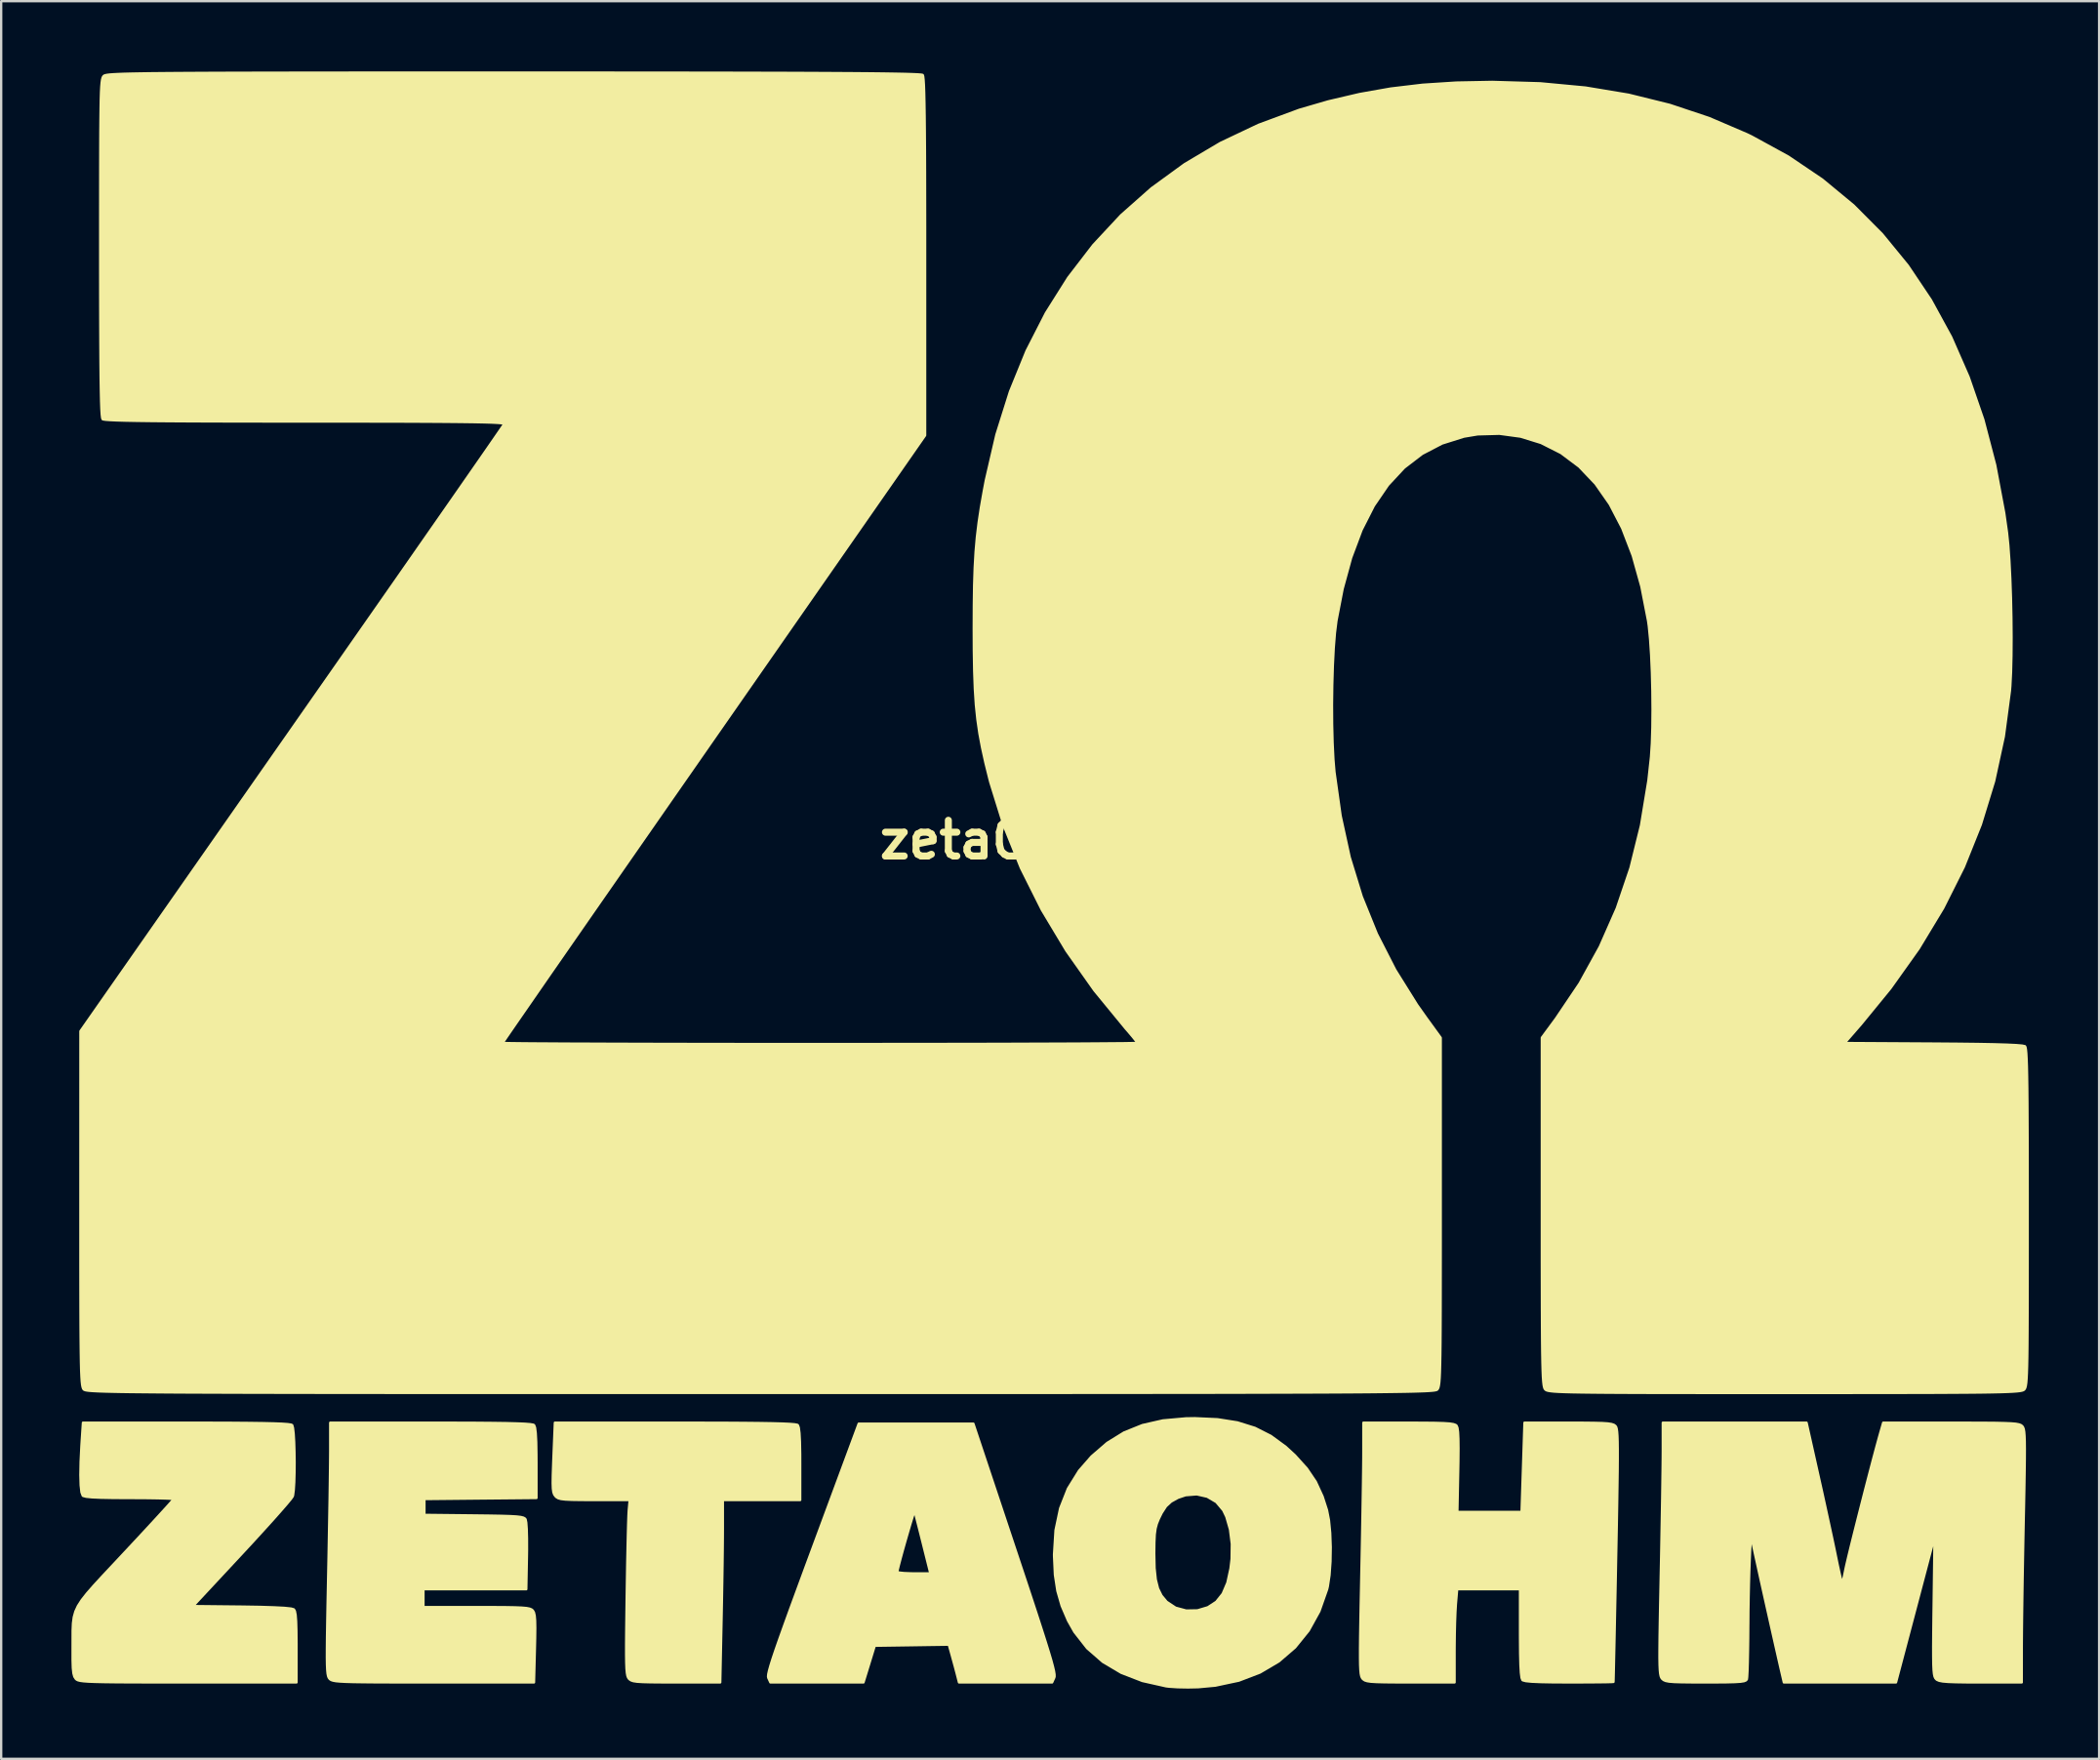
<source format=kicad_pcb>
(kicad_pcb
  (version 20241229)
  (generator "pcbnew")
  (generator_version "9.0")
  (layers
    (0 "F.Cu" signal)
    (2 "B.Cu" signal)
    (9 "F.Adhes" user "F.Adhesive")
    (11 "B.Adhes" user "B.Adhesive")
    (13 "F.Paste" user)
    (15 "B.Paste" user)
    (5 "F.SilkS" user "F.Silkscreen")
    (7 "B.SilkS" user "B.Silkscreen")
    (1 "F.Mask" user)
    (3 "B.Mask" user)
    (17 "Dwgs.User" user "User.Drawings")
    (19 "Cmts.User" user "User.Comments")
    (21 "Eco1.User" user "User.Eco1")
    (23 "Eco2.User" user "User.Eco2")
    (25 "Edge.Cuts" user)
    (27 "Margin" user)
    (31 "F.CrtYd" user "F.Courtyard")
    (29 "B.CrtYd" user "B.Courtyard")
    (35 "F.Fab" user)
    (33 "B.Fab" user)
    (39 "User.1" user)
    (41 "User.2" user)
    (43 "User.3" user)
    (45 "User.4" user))
  (footprint "zetaOhmLogo"
    (layer "F.Cu")
    (at 42.122 32.816)
    (property "Reference" "zetaOhmLogo" (at 0 0 0) (layer "F.SilkS") (effects (font (size 1.524 1.524) (thickness 0.3))))
    (attr through_hole)
    (fp_poly (pts (xy -0.146 35.73) (xy -0.158 35.78) (xy -0.25 35.983) (xy -2.239 35.983) (xy -4.227 35.983) (xy -4.319 35.623) (xy -4.399 35.32) (xy -4.496 34.967) (xy -4.537 34.817) (xy -4.662 34.371) (xy -5.45 34.382) (xy -5.45 31.327) (xy -5.773 30.035) (xy -5.885 29.589) (xy -5.984 29.2) (xy -6.061 28.899) (xy -6.108 28.715) (xy -6.12 28.674) (xy -6.147 28.73) (xy -6.209 28.917) (xy -6.297 29.203) (xy -6.401 29.556) (xy -6.513 29.943) (xy -6.623 30.333) (xy -6.721 30.692) (xy -6.799 30.99) (xy -6.848 31.192) (xy -6.86 31.263) (xy -6.781 31.292) (xy -6.572 31.314) (xy -6.273 31.326) (xy -6.154 31.327) (xy -5.45 31.327) (xy -5.45 34.382) (xy -6.243 34.394) (xy -7.823 34.417) (xy -8.063 35.2) (xy -8.304 35.983) (xy -10.292 35.983) (xy -12.28 35.983) (xy -12.369 35.789) (xy -12.379 35.73) (xy -12.37 35.63) (xy -12.336 35.477) (xy -12.276 35.261) (xy -12.185 34.97) (xy -12.059 34.595) (xy -11.894 34.123) (xy -11.687 33.545) (xy -11.435 32.849) (xy -11.132 32.024) (xy -10.777 31.059) (xy -10.483 30.265) (xy -8.509 24.934) (xy -6.061 24.934) (xy -3.612 24.934) (xy -1.839 30.255) (xy -1.481 31.329) (xy -1.175 32.253) (xy -0.916 33.04) (xy -0.702 33.7) (xy -0.528 34.245) (xy -0.391 34.687) (xy -0.288 35.035) (xy -0.216 35.303) (xy -0.17 35.5) (xy -0.148 35.639) (xy -0.146 35.73)) (stroke (width 0.1) (type solid)) (fill yes) (layer "F.SilkS"))
    (fp_poly (pts (xy -11.007 28.194) (xy -12.658 28.194) (xy -14.309 28.194) (xy -14.309 29.408) (xy -14.311 29.81) (xy -14.316 30.347) (xy -14.324 30.984) (xy -14.335 31.688) (xy -14.348 32.424) (xy -14.362 33.158) (xy -14.365 33.303) (xy -14.421 35.983) (xy -16.299 35.983) (xy -16.914 35.982) (xy -17.382 35.978) (xy -17.725 35.969) (xy -17.966 35.954) (xy -18.127 35.93) (xy -18.229 35.895) (xy -18.296 35.85) (xy -18.32 35.826) (xy -18.356 35.774) (xy -18.385 35.697) (xy -18.407 35.577) (xy -18.423 35.399) (xy -18.433 35.145) (xy -18.438 34.801) (xy -18.438 34.349) (xy -18.433 33.774) (xy -18.424 33.058) (xy -18.415 32.376) (xy -18.403 31.626) (xy -18.391 30.912) (xy -18.377 30.258) (xy -18.364 29.683) (xy -18.351 29.209) (xy -18.339 28.859) (xy -18.328 28.654) (xy -18.327 28.639) (xy -18.287 28.194) (xy -19.798 28.194) (xy -20.343 28.193) (xy -20.744 28.187) (xy -21.027 28.174) (xy -21.217 28.152) (xy -21.338 28.118) (xy -21.417 28.07) (xy -21.456 28.032) (xy -21.509 27.959) (xy -21.545 27.859) (xy -21.566 27.705) (xy -21.574 27.472) (xy -21.569 27.134) (xy -21.553 26.665) (xy -21.542 26.381) (xy -21.481 24.892) (xy -16.346 24.892) (xy -15.216 24.893) (xy -14.246 24.895) (xy -13.427 24.9) (xy -12.749 24.907) (xy -12.202 24.916) (xy -11.776 24.928) (xy -11.464 24.942) (xy -11.254 24.959) (xy -11.137 24.98) (xy -11.108 24.994) (xy -11.068 25.1) (xy -11.038 25.334) (xy -11.018 25.707) (xy -11.008 26.23) (xy -11.007 26.645) (xy -11.007 28.194)) (stroke (width 0.1) (type solid)) (fill yes) (layer "F.SilkS"))
    (fp_poly (pts (xy 11.644 30.208) (xy 11.634 30.825) (xy 11.593 31.4) (xy 11.521 31.88) (xy 11.492 32.004) (xy 11.161 32.943) (xy 10.703 33.772) (xy 10.124 34.488) (xy 9.43 35.086) (xy 8.627 35.56) (xy 7.722 35.907) (xy 7.423 35.97) (xy 7.423 30.071) (xy 7.345 29.453) (xy 7.188 28.908) (xy 7.055 28.631) (xy 6.761 28.282) (xy 6.372 28.052) (xy 5.923 27.951) (xy 5.447 27.989) (xy 5.122 28.099) (xy 4.83 28.261) (xy 4.612 28.462) (xy 4.426 28.749) (xy 4.303 29.001) (xy 4.22 29.206) (xy 4.165 29.413) (xy 4.131 29.665) (xy 4.115 30.003) (xy 4.109 30.468) (xy 4.109 30.48) (xy 4.123 31.105) (xy 4.175 31.593) (xy 4.271 31.973) (xy 4.419 32.274) (xy 4.628 32.526) (xy 4.646 32.544) (xy 5.021 32.793) (xy 5.473 32.915) (xy 5.957 32.906) (xy 6.401 32.774) (xy 6.757 32.541) (xy 7.032 32.197) (xy 7.233 31.727) (xy 7.366 31.118) (xy 7.414 30.71) (xy 7.423 30.071) (xy 7.423 35.97) (xy 6.721 36.12) (xy 5.986 36.188) (xy 5.551 36.197) (xy 5.114 36.189) (xy 4.744 36.165) (xy 4.614 36.149) (xy 3.603 35.922) (xy 2.701 35.573) (xy 1.914 35.106) (xy 1.246 34.523) (xy 0.701 33.827) (xy 0.431 33.349) (xy 0.158 32.713) (xy -0.025 32.077) (xy -0.13 31.39) (xy -0.167 30.599) (xy -0.168 30.515) (xy -0.104 29.482) (xy 0.093 28.548) (xy 0.426 27.704) (xy 0.9 26.941) (xy 1.432 26.332) (xy 2.1 25.755) (xy 2.818 25.311) (xy 3.605 24.994) (xy 4.48 24.795) (xy 5.465 24.707) (xy 5.842 24.701) (xy 6.812 24.745) (xy 7.659 24.879) (xy 8.409 25.113) (xy 9.088 25.457) (xy 9.722 25.921) (xy 10.12 26.288) (xy 10.626 26.849) (xy 11.007 27.414) (xy 11.297 28.042) (xy 11.485 28.625) (xy 11.569 29.056) (xy 11.622 29.601) (xy 11.644 30.208)) (stroke (width 0.1) (type solid)) (fill yes) (layer "F.SilkS"))
    (fp_poly (pts (xy -22.267 28.107) (xy -24.659 28.129) (xy -27.051 28.152) (xy -27.051 28.49) (xy -27.051 28.829) (xy -24.933 28.852) (xy -24.274 28.86) (xy -23.765 28.869) (xy -23.385 28.881) (xy -23.114 28.897) (xy -22.933 28.919) (xy -22.821 28.948) (xy -22.758 28.986) (xy -22.731 29.021) (xy -22.703 29.158) (xy -22.683 29.438) (xy -22.672 29.834) (xy -22.671 30.319) (xy -22.675 30.586) (xy -22.702 32.004) (xy -24.898 32.004) (xy -27.093 32.004) (xy -27.093 32.385) (xy -27.093 32.766) (xy -24.82 32.766) (xy -24.136 32.767) (xy -23.6 32.77) (xy -23.195 32.777) (xy -22.899 32.789) (xy -22.694 32.807) (xy -22.56 32.833) (xy -22.477 32.867) (xy -22.424 32.911) (xy -22.422 32.914) (xy -22.375 32.996) (xy -22.343 33.131) (xy -22.325 33.342) (xy -22.319 33.655) (xy -22.324 34.093) (xy -22.334 34.523) (xy -22.372 35.983) (xy -26.667 35.983) (xy -27.631 35.983) (xy -28.44 35.982) (xy -29.109 35.98) (xy -29.65 35.975) (xy -30.079 35.969) (xy -30.409 35.959) (xy -30.655 35.946) (xy -30.831 35.93) (xy -30.95 35.908) (xy -31.028 35.882) (xy -31.078 35.851) (xy -31.105 35.825) (xy -31.138 35.779) (xy -31.164 35.712) (xy -31.185 35.608) (xy -31.2 35.454) (xy -31.21 35.234) (xy -31.215 34.935) (xy -31.214 34.542) (xy -31.209 34.04) (xy -31.199 33.417) (xy -31.185 32.656) (xy -31.166 31.744) (xy -31.161 31.486) (xy -31.143 30.61) (xy -31.127 29.746) (xy -31.112 28.915) (xy -31.098 28.142) (xy -31.088 27.448) (xy -31.08 26.856) (xy -31.075 26.391) (xy -31.073 26.099) (xy -31.073 24.892) (xy -26.772 24.892) (xy -25.741 24.893) (xy -24.869 24.896) (xy -24.146 24.902) (xy -23.562 24.91) (xy -23.106 24.922) (xy -22.769 24.936) (xy -22.539 24.954) (xy -22.408 24.976) (xy -22.369 24.994) (xy -22.328 25.102) (xy -22.298 25.34) (xy -22.278 25.718) (xy -22.269 26.248) (xy -22.267 26.601) (xy -22.267 28.107)) (stroke (width 0.1) (type solid)) (fill yes) (layer "F.SilkS"))
    (fp_poly (pts (xy -32.512 35.983) (xy -37.156 35.983) (xy -38.162 35.983) (xy -39.013 35.982) (xy -39.721 35.98) (xy -40.301 35.976) (xy -40.766 35.97) (xy -41.129 35.961) (xy -41.404 35.95) (xy -41.605 35.935) (xy -41.745 35.916) (xy -41.838 35.893) (xy -41.897 35.865) (xy -41.936 35.832) (xy -41.939 35.828) (xy -41.999 35.735) (xy -42.038 35.591) (xy -42.062 35.366) (xy -42.072 35.031) (xy -42.072 34.58) (xy -42.071 34.132) (xy -42.07 33.766) (xy -42.057 33.461) (xy -42.022 33.197) (xy -41.955 32.957) (xy -41.846 32.72) (xy -41.684 32.468) (xy -41.459 32.181) (xy -41.161 31.84) (xy -40.78 31.426) (xy -40.304 30.919) (xy -39.857 30.441) (xy -39.377 29.927) (xy -38.936 29.452) (xy -38.546 29.029) (xy -38.221 28.674) (xy -37.973 28.401) (xy -37.816 28.223) (xy -37.761 28.155) (xy -37.842 28.141) (xy -38.068 28.13) (xy -38.415 28.12) (xy -38.86 28.113) (xy -39.378 28.11) (xy -39.649 28.109) (xy -40.333 28.106) (xy -40.86 28.096) (xy -41.242 28.079) (xy -41.492 28.054) (xy -41.621 28.02) (xy -41.639 28.008) (xy -41.694 27.861) (xy -41.727 27.561) (xy -41.739 27.123) (xy -41.729 26.562) (xy -41.696 25.892) (xy -41.685 25.718) (xy -41.63 24.892) (xy -37.215 24.892) (xy -36.17 24.893) (xy -35.284 24.896) (xy -34.548 24.902) (xy -33.95 24.91) (xy -33.482 24.921) (xy -33.132 24.935) (xy -32.891 24.952) (xy -32.749 24.973) (xy -32.698 24.994) (xy -32.663 25.112) (xy -32.634 25.364) (xy -32.613 25.717) (xy -32.6 26.134) (xy -32.594 26.583) (xy -32.598 27.027) (xy -32.609 27.432) (xy -32.63 27.764) (xy -32.659 27.988) (xy -32.674 28.04) (xy -32.748 28.146) (xy -32.925 28.36) (xy -33.191 28.666) (xy -33.531 29.05) (xy -33.934 29.495) (xy -34.384 29.988) (xy -34.84 30.48) (xy -36.929 32.724) (xy -34.833 32.746) (xy -34.075 32.758) (xy -33.471 32.777) (xy -33.025 32.8) (xy -32.741 32.83) (xy -32.625 32.863) (xy -32.582 32.94) (xy -32.55 33.104) (xy -32.529 33.374) (xy -32.517 33.769) (xy -32.512 34.309) (xy -32.512 34.47) (xy -32.512 35.983)) (stroke (width 0.1) (type solid)) (fill yes) (layer "F.SilkS"))
    (fp_poly (pts (xy 23.898 26.027) (xy 23.898 26.446) (xy 23.894 26.971) (xy 23.885 27.613) (xy 23.873 28.386) (xy 23.857 29.302) (xy 23.836 30.372) (xy 23.832 30.565) (xy 23.814 31.502) (xy 23.796 32.389) (xy 23.779 33.209) (xy 23.764 33.95) (xy 23.75 34.597) (xy 23.738 35.135) (xy 23.729 35.55) (xy 23.722 35.829) (xy 23.718 35.956) (xy 23.717 35.962) (xy 23.633 35.968) (xy 23.404 35.974) (xy 23.054 35.978) (xy 22.608 35.981) (xy 22.089 35.983) (xy 21.819 35.983) (xy 21.135 35.98) (xy 20.608 35.97) (xy 20.226 35.953) (xy 19.976 35.928) (xy 19.847 35.894) (xy 19.829 35.882) (xy 19.792 35.786) (xy 19.765 35.575) (xy 19.745 35.235) (xy 19.733 34.754) (xy 19.728 34.12) (xy 19.727 33.892) (xy 19.727 32.004) (xy 18.385 32.004) (xy 17.043 32.004) (xy 16.988 32.652) (xy 16.969 32.973) (xy 16.952 33.413) (xy 16.94 33.922) (xy 16.934 34.451) (xy 16.933 34.641) (xy 16.933 35.983) (xy 15.041 35.983) (xy 14.424 35.982) (xy 13.954 35.978) (xy 13.608 35.969) (xy 13.366 35.954) (xy 13.204 35.93) (xy 13.1 35.897) (xy 13.032 35.851) (xy 13.006 35.825) (xy 12.974 35.779) (xy 12.947 35.712) (xy 12.926 35.608) (xy 12.911 35.454) (xy 12.901 35.234) (xy 12.897 34.935) (xy 12.897 34.542) (xy 12.902 34.04) (xy 12.912 33.417) (xy 12.926 32.656) (xy 12.945 31.744) (xy 12.95 31.486) (xy 12.968 30.61) (xy 12.985 29.746) (xy 13 28.915) (xy 13.013 28.142) (xy 13.024 27.448) (xy 13.032 26.856) (xy 13.037 26.391) (xy 13.038 26.099) (xy 13.039 24.892) (xy 14.976 24.892) (xy 15.614 24.894) (xy 16.104 24.899) (xy 16.465 24.91) (xy 16.718 24.927) (xy 16.882 24.953) (xy 16.978 24.987) (xy 17.018 25.019) (xy 17.055 25.11) (xy 17.081 25.291) (xy 17.095 25.58) (xy 17.1 25.993) (xy 17.095 26.548) (xy 17.088 26.924) (xy 17.052 28.702) (xy 18.423 28.702) (xy 19.793 28.702) (xy 19.855 26.797) (xy 19.917 24.892) (xy 21.799 24.892) (xy 22.417 24.893) (xy 22.888 24.898) (xy 23.233 24.907) (xy 23.474 24.923) (xy 23.634 24.948) (xy 23.735 24.982) (xy 23.797 25.027) (xy 23.809 25.04) (xy 23.835 25.084) (xy 23.856 25.16) (xy 23.873 25.28) (xy 23.886 25.456) (xy 23.894 25.701) (xy 23.898 26.027)) (stroke (width 0.1) (type solid)) (fill yes) (layer "F.SilkS"))
    (fp_poly (pts (xy 41.28 26.026) (xy 41.278 26.456) (xy 41.271 27.002) (xy 41.26 27.679) (xy 41.244 28.502) (xy 41.232 29.045) (xy 41.215 29.906) (xy 41.199 30.774) (xy 41.184 31.621) (xy 41.172 32.419) (xy 41.162 33.143) (xy 41.155 33.765) (xy 41.151 34.257) (xy 41.15 34.438) (xy 41.148 35.983) (xy 39.398 35.983) (xy 38.795 35.982) (xy 38.339 35.975) (xy 38.008 35.963) (xy 37.777 35.943) (xy 37.627 35.914) (xy 37.532 35.874) (xy 37.497 35.847) (xy 37.458 35.802) (xy 37.426 35.733) (xy 37.402 35.624) (xy 37.385 35.458) (xy 37.374 35.218) (xy 37.369 34.885) (xy 37.368 34.444) (xy 37.373 33.877) (xy 37.381 33.167) (xy 37.387 32.736) (xy 37.426 29.76) (xy 36.603 32.872) (xy 35.78 35.983) (xy 33.386 35.983) (xy 30.991 35.983) (xy 30.947 35.793) (xy 30.856 35.402) (xy 30.746 34.919) (xy 30.62 34.363) (xy 30.484 33.76) (xy 30.343 33.13) (xy 30.201 32.496) (xy 30.064 31.881) (xy 29.937 31.307) (xy 29.825 30.796) (xy 29.732 30.371) (xy 29.664 30.055) (xy 29.626 29.869) (xy 29.62 29.831) (xy 29.605 29.757) (xy 29.588 29.833) (xy 29.57 30.038) (xy 29.551 30.355) (xy 29.533 30.763) (xy 29.515 31.242) (xy 29.5 31.773) (xy 29.488 32.337) (xy 29.478 32.914) (xy 29.474 33.484) (xy 29.473 33.5) (xy 29.469 34.101) (xy 29.461 34.651) (xy 29.451 35.125) (xy 29.439 35.499) (xy 29.425 35.749) (xy 29.413 35.849) (xy 29.376 35.895) (xy 29.292 35.93) (xy 29.139 35.954) (xy 28.895 35.97) (xy 28.539 35.979) (xy 28.049 35.983) (xy 27.648 35.983) (xy 27.063 35.982) (xy 26.624 35.977) (xy 26.307 35.967) (xy 26.09 35.949) (xy 25.947 35.921) (xy 25.857 35.882) (xy 25.794 35.829) (xy 25.791 35.825) (xy 25.758 35.779) (xy 25.732 35.712) (xy 25.711 35.608) (xy 25.696 35.454) (xy 25.686 35.234) (xy 25.681 34.935) (xy 25.682 34.542) (xy 25.687 34.04) (xy 25.697 33.417) (xy 25.711 32.656) (xy 25.73 31.744) (xy 25.735 31.486) (xy 25.753 30.61) (xy 25.769 29.746) (xy 25.784 28.915) (xy 25.798 28.142) (xy 25.808 27.448) (xy 25.816 26.856) (xy 25.821 26.391) (xy 25.823 26.099) (xy 25.823 24.892) (xy 28.892 24.892) (xy 31.962 24.892) (xy 32.46 27.115) (xy 32.61 27.784) (xy 32.761 28.472) (xy 32.906 29.138) (xy 33.037 29.744) (xy 33.144 30.25) (xy 33.198 30.512) (xy 33.285 30.936) (xy 33.364 31.297) (xy 33.426 31.564) (xy 33.465 31.707) (xy 33.472 31.722) (xy 33.503 31.664) (xy 33.553 31.479) (xy 33.61 31.204) (xy 33.614 31.182) (xy 33.66 30.971) (xy 33.742 30.621) (xy 33.854 30.16) (xy 33.99 29.613) (xy 34.143 29.006) (xy 34.306 28.365) (xy 34.472 27.716) (xy 34.636 27.085) (xy 34.79 26.497) (xy 34.928 25.98) (xy 35.043 25.558) (xy 35.105 25.337) (xy 35.233 24.892) (xy 38.135 24.892) (xy 38.917 24.893) (xy 39.546 24.895) (xy 40.041 24.899) (xy 40.419 24.908) (xy 40.697 24.92) (xy 40.893 24.937) (xy 41.024 24.961) (xy 41.107 24.991) (xy 41.161 25.03) (xy 41.175 25.044) (xy 41.207 25.092) (xy 41.234 25.166) (xy 41.254 25.282) (xy 41.268 25.454) (xy 41.277 25.697) (xy 41.28 26.026)) (stroke (width 0.1) (type solid)) (fill yes) (layer "F.SilkS"))
    (fp_poly (pts (xy 41.402 16.126) (xy 41.402 17.399) (xy 41.401 18.514) (xy 41.4 19.481) (xy 41.398 20.311) (xy 41.395 21.014) (xy 41.391 21.602) (xy 41.385 22.086) (xy 41.377 22.475) (xy 41.367 22.781) (xy 41.355 23.015) (xy 41.341 23.187) (xy 41.323 23.309) (xy 41.303 23.39) (xy 41.28 23.442) (xy 41.254 23.476) (xy 41.247 23.482) (xy 41.214 23.503) (xy 41.158 23.522) (xy 41.07 23.539) (xy 40.942 23.554) (xy 40.763 23.567) (xy 40.526 23.578) (xy 40.22 23.588) (xy 39.838 23.596) (xy 39.371 23.603) (xy 38.808 23.608) (xy 38.141 23.612) (xy 37.362 23.616) (xy 36.461 23.618) (xy 35.429 23.62) (xy 34.257 23.621) (xy 32.936 23.622) (xy 31.457 23.622) (xy 31.016 23.622) (xy 29.497 23.622) (xy 28.138 23.622) (xy 26.931 23.621) (xy 25.866 23.62) (xy 24.934 23.618) (xy 24.126 23.615) (xy 23.433 23.611) (xy 22.846 23.606) (xy 22.355 23.6) (xy 21.952 23.593) (xy 21.628 23.584) (xy 21.374 23.574) (xy 21.18 23.562) (xy 21.037 23.547) (xy 20.937 23.531) (xy 20.87 23.513) (xy 20.828 23.492) (xy 20.801 23.469) (xy 20.799 23.467) (xy 20.774 23.43) (xy 20.753 23.368) (xy 20.734 23.271) (xy 20.718 23.128) (xy 20.704 22.929) (xy 20.693 22.664) (xy 20.684 22.322) (xy 20.676 21.892) (xy 20.67 21.364) (xy 20.666 20.727) (xy 20.663 19.971) (xy 20.661 19.085) (xy 20.659 18.059) (xy 20.659 16.882) (xy 20.659 15.881) (xy 20.659 8.449) (xy 21.261 7.632) (xy 22.271 6.133) (xy 23.136 4.565) (xy 23.86 2.922) (xy 24.445 1.197) (xy 24.894 -0.619) (xy 25.209 -2.533) (xy 25.32 -3.546) (xy 25.357 -4.119) (xy 25.379 -4.802) (xy 25.386 -5.558) (xy 25.379 -6.35) (xy 25.359 -7.14) (xy 25.326 -7.892) (xy 25.281 -8.567) (xy 25.226 -9.129) (xy 25.194 -9.356) (xy 24.909 -10.819) (xy 24.541 -12.136) (xy 24.091 -13.306) (xy 23.56 -14.33) (xy 22.948 -15.207) (xy 22.254 -15.936) (xy 21.48 -16.517) (xy 20.626 -16.949) (xy 19.753 -17.219) (xy 18.846 -17.342) (xy 17.919 -17.317) (xy 17.331 -17.219) (xy 16.4 -16.926) (xy 15.551 -16.484) (xy 14.781 -15.894) (xy 14.093 -15.155) (xy 13.486 -14.267) (xy 12.96 -13.232) (xy 12.516 -12.048) (xy 12.152 -10.717) (xy 11.889 -9.356) (xy 11.824 -8.836) (xy 11.772 -8.182) (xy 11.734 -7.431) (xy 11.71 -6.616) (xy 11.699 -5.774) (xy 11.704 -4.94) (xy 11.724 -4.149) (xy 11.759 -3.437) (xy 11.804 -2.899) (xy 12.068 -1.024) (xy 12.454 0.744) (xy 12.967 2.419) (xy 13.614 4.017) (xy 14.399 5.553) (xy 15.329 7.043) (xy 15.716 7.591) (xy 16.341 8.452) (xy 16.341 15.897) (xy 16.341 17.191) (xy 16.34 18.327) (xy 16.339 19.315) (xy 16.337 20.166) (xy 16.334 20.889) (xy 16.33 21.496) (xy 16.324 21.997) (xy 16.316 22.403) (xy 16.307 22.724) (xy 16.296 22.972) (xy 16.282 23.156) (xy 16.265 23.287) (xy 16.246 23.376) (xy 16.224 23.433) (xy 16.199 23.469) (xy 16.187 23.481) (xy 16.164 23.494) (xy 16.122 23.505) (xy 16.055 23.517) (xy 15.957 23.527) (xy 15.824 23.537) (xy 15.65 23.546) (xy 15.43 23.554) (xy 15.159 23.562) (xy 14.831 23.569) (xy 14.441 23.575) (xy 13.984 23.581) (xy 13.454 23.587) (xy 12.847 23.592) (xy 12.157 23.596) (xy 11.378 23.6) (xy 10.506 23.603) (xy 9.535 23.606) (xy 8.46 23.609) (xy 7.275 23.612) (xy 5.976 23.614) (xy 4.557 23.615) (xy 3.012 23.617) (xy 1.337 23.618) (xy -0.473 23.619) (xy -2.425 23.619) (xy -4.523 23.62) (xy -6.773 23.62) (xy -9.18 23.621) (xy -11.748 23.621) (xy -12.714 23.621) (xy -15.334 23.621) (xy -17.79 23.621) (xy -20.088 23.621) (xy -22.233 23.621) (xy -24.229 23.62) (xy -26.082 23.62) (xy -27.799 23.619) (xy -29.383 23.618) (xy -30.84 23.617) (xy -32.176 23.615) (xy -33.396 23.613) (xy -34.505 23.611) (xy -35.508 23.608) (xy -36.412 23.605) (xy -37.22 23.602) (xy -37.939 23.598) (xy -38.574 23.593) (xy -39.13 23.588) (xy -39.613 23.583) (xy -40.027 23.577) (xy -40.378 23.57) (xy -40.672 23.563) (xy -40.914 23.555) (xy -41.108 23.546) (xy -41.261 23.537) (xy -41.378 23.527) (xy -41.464 23.516) (xy -41.524 23.504) (xy -41.564 23.491) (xy -41.588 23.478) (xy -41.601 23.467) (xy -41.625 23.43) (xy -41.646 23.368) (xy -41.665 23.272) (xy -41.681 23.13) (xy -41.694 22.933) (xy -41.706 22.669) (xy -41.715 22.329) (xy -41.722 21.902) (xy -41.728 21.378) (xy -41.733 20.746) (xy -41.736 19.996) (xy -41.738 19.117) (xy -41.739 18.099) (xy -41.739 16.931) (xy -41.739 15.741) (xy -41.738 8.17) (xy -32.712 -4.741) (xy -31.783 -6.071) (xy -30.88 -7.363) (xy -30.008 -8.612) (xy -29.171 -9.811) (xy -28.374 -10.952) (xy -27.623 -12.03) (xy -26.922 -13.036) (xy -26.275 -13.964) (xy -25.688 -14.807) (xy -25.165 -15.559) (xy -24.711 -16.212) (xy -24.331 -16.76) (xy -24.03 -17.196) (xy -23.812 -17.512) (xy -23.682 -17.702) (xy -23.645 -17.759) (xy -23.669 -17.777) (xy -23.76 -17.793) (xy -23.926 -17.806) (xy -24.176 -17.819) (xy -24.518 -17.829) (xy -24.961 -17.838) (xy -25.512 -17.845) (xy -26.179 -17.851) (xy -26.972 -17.856) (xy -27.897 -17.86) (xy -28.964 -17.862) (xy -30.181 -17.864) (xy -31.556 -17.865) (xy -32.147 -17.865) (xy -33.616 -17.865) (xy -34.924 -17.867) (xy -36.077 -17.869) (xy -37.083 -17.873) (xy -37.951 -17.878) (xy -38.687 -17.884) (xy -39.299 -17.892) (xy -39.795 -17.901) (xy -40.182 -17.912) (xy -40.468 -17.925) (xy -40.66 -17.939) (xy -40.766 -17.955) (xy -40.792 -17.966) (xy -40.811 -18.025) (xy -40.828 -18.167) (xy -40.843 -18.401) (xy -40.855 -18.734) (xy -40.865 -19.174) (xy -40.874 -19.73) (xy -40.881 -20.411) (xy -40.886 -21.223) (xy -40.89 -22.176) (xy -40.893 -23.278) (xy -40.894 -24.536) (xy -40.894 -25.277) (xy -40.894 -26.549) (xy -40.893 -27.663) (xy -40.892 -28.63) (xy -40.89 -29.459) (xy -40.887 -30.162) (xy -40.882 -30.749) (xy -40.876 -31.232) (xy -40.869 -31.621) (xy -40.859 -31.927) (xy -40.847 -32.16) (xy -40.832 -32.332) (xy -40.815 -32.454) (xy -40.795 -32.535) (xy -40.772 -32.587) (xy -40.745 -32.62) (xy -40.739 -32.626) (xy -40.712 -32.642) (xy -40.665 -32.657) (xy -40.59 -32.671) (xy -40.481 -32.684) (xy -40.331 -32.695) (xy -40.133 -32.705) (xy -39.881 -32.715) (xy -39.567 -32.723) (xy -39.184 -32.73) (xy -38.727 -32.737) (xy -38.188 -32.742) (xy -37.559 -32.747) (xy -36.836 -32.751) (xy -36.01 -32.755) (xy -35.074 -32.758) (xy -34.023 -32.76) (xy -32.849 -32.762) (xy -31.545 -32.764) (xy -30.104 -32.765) (xy -28.521 -32.765) (xy -26.787 -32.766) (xy -24.896 -32.766) (xy -23.23 -32.766) (xy -21.113 -32.766) (xy -19.159 -32.765) (xy -17.364 -32.764) (xy -15.723 -32.762) (xy -14.228 -32.76) (xy -12.876 -32.757) (xy -11.661 -32.754) (xy -10.578 -32.75) (xy -9.62 -32.745) (xy -8.783 -32.74) (xy -8.061 -32.734) (xy -7.449 -32.727) (xy -6.942 -32.719) (xy -6.533 -32.711) (xy -6.218 -32.701) (xy -5.991 -32.691) (xy -5.847 -32.68) (xy -5.779 -32.667) (xy -5.774 -32.664) (xy -5.756 -32.606) (xy -5.74 -32.466) (xy -5.725 -32.235) (xy -5.713 -31.905) (xy -5.703 -31.47) (xy -5.694 -30.92) (xy -5.687 -30.247) (xy -5.681 -29.445) (xy -5.677 -28.504) (xy -5.675 -27.417) (xy -5.673 -26.175) (xy -5.673 -24.917) (xy -5.673 -17.272) (xy -14.69 -4.324) (xy -15.616 -2.993) (xy -16.517 -1.699) (xy -17.386 -0.449) (xy -18.22 0.75) (xy -19.013 1.891) (xy -19.761 2.967) (xy -20.459 3.972) (xy -21.102 4.899) (xy -21.686 5.74) (xy -22.205 6.49) (xy -22.655 7.141) (xy -23.032 7.686) (xy -23.33 8.118) (xy -23.545 8.431) (xy -23.672 8.618) (xy -23.707 8.673) (xy -23.623 8.678) (xy -23.38 8.683) (xy -22.985 8.688) (xy -22.448 8.693) (xy -21.777 8.697) (xy -20.981 8.702) (xy -20.07 8.705) (xy -19.053 8.709) (xy -17.937 8.712) (xy -16.734 8.715) (xy -15.45 8.717) (xy -14.096 8.719) (xy -12.679 8.72) (xy -11.21 8.721) (xy -10.16 8.721) (xy -8.659 8.72) (xy -7.205 8.719) (xy -5.807 8.718) (xy -4.473 8.716) (xy -3.213 8.714) (xy -2.035 8.711) (xy -0.948 8.707) (xy 0.038 8.704) (xy 0.915 8.7) (xy 1.674 8.695) (xy 2.305 8.69) (xy 2.8 8.686) (xy 3.15 8.68) (xy 3.346 8.675) (xy 3.387 8.671) (xy 3.334 8.59) (xy 3.194 8.414) (xy 2.992 8.175) (xy 2.889 8.057) (xy 1.553 6.428) (xy 0.359 4.737) (xy -0.687 2.994) (xy -1.581 1.207) (xy -2.316 -0.612) (xy -2.888 -2.455) (xy -2.925 -2.595) (xy -3.099 -3.295) (xy -3.24 -3.934) (xy -3.353 -4.538) (xy -3.44 -5.139) (xy -3.505 -5.765) (xy -3.549 -6.445) (xy -3.577 -7.209) (xy -3.592 -8.087) (xy -3.596 -9.017) (xy -3.592 -10.013) (xy -3.58 -10.87) (xy -3.555 -11.622) (xy -3.517 -12.298) (xy -3.462 -12.931) (xy -3.387 -13.551) (xy -3.291 -14.19) (xy -3.17 -14.879) (xy -3.08 -15.355) (xy -2.628 -17.303) (xy -2.048 -19.145) (xy -1.342 -20.878) (xy -0.513 -22.5) (xy 0.438 -24.009) (xy 1.508 -25.401) (xy 2.695 -26.675) (xy 3.996 -27.827) (xy 5.409 -28.856) (xy 6.932 -29.759) (xy 8.563 -30.533) (xy 10.299 -31.175) (xy 11.535 -31.535) (xy 12.875 -31.849) (xy 14.205 -32.084) (xy 15.567 -32.246) (xy 17.003 -32.339) (xy 18.542 -32.368) (xy 20.588 -32.308) (xy 22.525 -32.126) (xy 24.365 -31.82) (xy 26.12 -31.386) (xy 27.802 -30.824) (xy 29.421 -30.13) (xy 29.611 -30.038) (xy 31.178 -29.18) (xy 32.629 -28.199) (xy 33.965 -27.095) (xy 35.183 -25.87) (xy 36.285 -24.523) (xy 37.268 -23.057) (xy 38.134 -21.471) (xy 38.88 -19.767) (xy 39.508 -17.946) (xy 40.015 -16.008) (xy 40.401 -13.955) (xy 40.519 -13.123) (xy 40.574 -12.588) (xy 40.621 -11.921) (xy 40.659 -11.159) (xy 40.688 -10.336) (xy 40.706 -9.489) (xy 40.713 -8.653) (xy 40.708 -7.864) (xy 40.691 -7.159) (xy 40.661 -6.571) (xy 40.645 -6.374) (xy 40.383 -4.412) (xy 39.969 -2.507) (xy 39.401 -0.654) (xy 38.677 1.152) (xy 37.793 2.916) (xy 36.749 4.644) (xy 35.541 6.341) (xy 34.287 7.874) (xy 33.588 8.678) (xy 37.382 8.7) (xy 38.406 8.708) (xy 39.266 8.718) (xy 39.967 8.731) (xy 40.514 8.747) (xy 40.913 8.766) (xy 41.167 8.788) (xy 41.284 8.813) (xy 41.289 8.817) (xy 41.309 8.859) (xy 41.327 8.956) (xy 41.343 9.117) (xy 41.356 9.353) (xy 41.368 9.672) (xy 41.377 10.085) (xy 41.385 10.601) (xy 41.391 11.23) (xy 41.395 11.982) (xy 41.399 12.866) (xy 41.401 13.892) (xy 41.402 15.071) (xy 41.402 16.126)) (stroke (width 0.1) (type solid)) (fill yes) (layer "F.SilkS")))
  (gr_rect
    (start -3 -3)
    (end 86.574 72.063)
    (stroke (width 0.1) (type default))
    (fill no)
    (layer "Edge.Cuts")))
</source>
